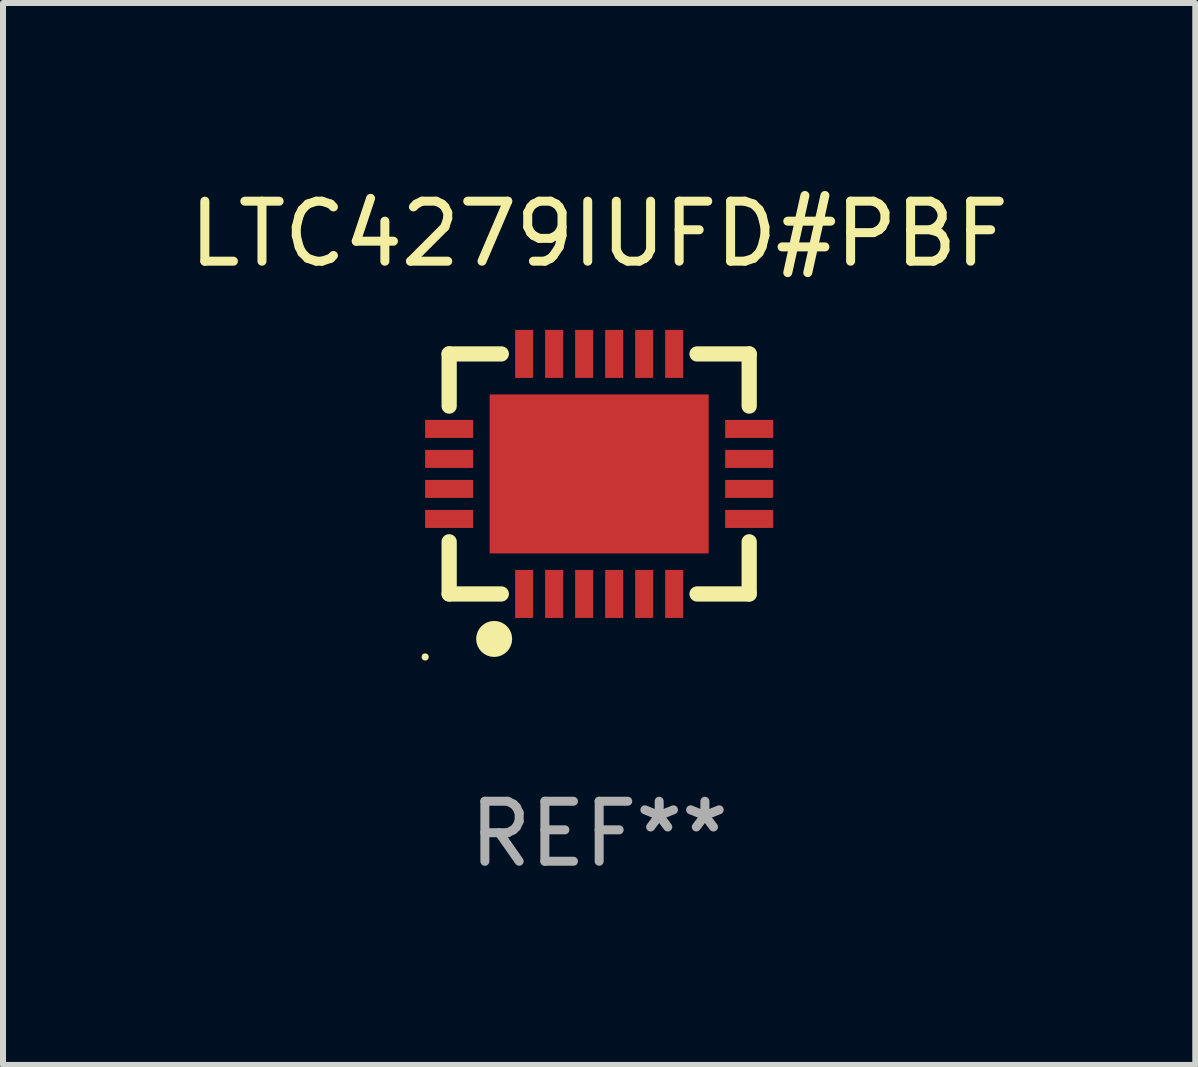
<source format=kicad_pcb>
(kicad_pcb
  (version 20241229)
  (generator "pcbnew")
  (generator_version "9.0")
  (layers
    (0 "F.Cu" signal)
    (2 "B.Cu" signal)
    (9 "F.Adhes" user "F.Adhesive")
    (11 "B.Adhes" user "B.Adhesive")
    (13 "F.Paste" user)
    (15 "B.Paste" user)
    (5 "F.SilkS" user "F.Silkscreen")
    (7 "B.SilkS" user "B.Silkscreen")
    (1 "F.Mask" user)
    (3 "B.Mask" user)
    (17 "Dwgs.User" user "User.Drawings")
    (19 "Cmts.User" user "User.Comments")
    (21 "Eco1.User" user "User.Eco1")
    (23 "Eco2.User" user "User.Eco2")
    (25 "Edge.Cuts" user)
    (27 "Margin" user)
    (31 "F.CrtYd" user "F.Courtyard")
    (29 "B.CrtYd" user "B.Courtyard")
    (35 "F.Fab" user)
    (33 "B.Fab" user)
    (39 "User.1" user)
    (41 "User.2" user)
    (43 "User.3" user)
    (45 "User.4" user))
  (footprint "LTC4279IUFD#PBF"
    (layer "F.Cu")
    (at 6.935 4.848)
    (property "Reference" "LTC4279IUFD#PBF" (at 0 -4 0) (layer "F.SilkS") (effects (font (size 1 1) (thickness 0.15))))
    (attr through_hole)
    (fp_line (start -2.5 -2) (end -1.631 -2) (stroke (width 0.254) (type solid)) (layer "F.SilkS"))
    (fp_line (start -2.5 -1.131) (end -2.5 -2) (stroke (width 0.254) (type solid)) (layer "F.SilkS"))
    (fp_line (start -2.5 2) (end -2.5 1.131) (stroke (width 0.254) (type solid)) (layer "F.SilkS"))
    (fp_line (start -1.631 2) (end -2.5 2) (stroke (width 0.254) (type solid)) (layer "F.SilkS"))
    (fp_line (start 1.631 -2) (end 2.5 -2) (stroke (width 0.254) (type solid)) (layer "F.SilkS"))
    (fp_line (start 2.5 -2) (end 2.5 -1.131) (stroke (width 0.254) (type solid)) (layer "F.SilkS"))
    (fp_line (start 2.5 1.131) (end 2.5 2) (stroke (width 0.254) (type solid)) (layer "F.SilkS"))
    (fp_line (start 2.5 2) (end 1.631 2) (stroke (width 0.254) (type solid)) (layer "F.SilkS"))
    (fp_circle (center -2.9 3.05) (end -2.87 3.05) (stroke (width 0.06) (type solid)) (fill no) (layer "F.SilkS"))
    (fp_circle (center -1.75 2.75) (end -1.6 2.75) (stroke (width 0.3) (type solid)) (fill no) (layer "F.SilkS"))
    (fp_text user "REF**" (at 0 6 0) (layer "F.Fab") (effects (font (size 1 1) (thickness 0.15))))
    (pad "1" smd rect (at -1.25 2 90) (size 0.8 0.3) (layers "F.Cu" "F.Mask" "F.Paste"))
    (pad "2" smd rect (at -0.75 2 90) (size 0.8 0.3) (layers "F.Cu" "F.Mask" "F.Paste"))
    (pad "3" smd rect (at -0.25 2 90) (size 0.8 0.3) (layers "F.Cu" "F.Mask" "F.Paste"))
    (pad "4" smd rect (at 0.25 2 90) (size 0.8 0.3) (layers "F.Cu" "F.Mask" "F.Paste"))
    (pad "5" smd rect (at 0.75 2 90) (size 0.8 0.3) (layers "F.Cu" "F.Mask" "F.Paste"))
    (pad "6" smd rect (at 1.25 2 90) (size 0.8 0.3) (layers "F.Cu" "F.Mask" "F.Paste"))
    (pad "7" smd rect (at 2.5 0.75 180) (size 0.8 0.3) (layers "F.Cu" "F.Mask" "F.Paste"))
    (pad "8" smd rect (at 2.5 0.25 180) (size 0.8 0.3) (layers "F.Cu" "F.Mask" "F.Paste"))
    (pad "9" smd rect (at 2.5 -0.25 180) (size 0.8 0.3) (layers "F.Cu" "F.Mask" "F.Paste"))
    (pad "10" smd rect (at 2.5 -0.75 180) (size 0.8 0.3) (layers "F.Cu" "F.Mask" "F.Paste"))
    (pad "11" smd rect (at 1.25 -2 270) (size 0.8 0.3) (layers "F.Cu" "F.Mask" "F.Paste"))
    (pad "12" smd rect (at 0.75 -2 270) (size 0.8 0.3) (layers "F.Cu" "F.Mask" "F.Paste"))
    (pad "13" smd rect (at 0.25 -2 270) (size 0.8 0.3) (layers "F.Cu" "F.Mask" "F.Paste"))
    (pad "14" smd rect (at -0.25 -2 270) (size 0.8 0.3) (layers "F.Cu" "F.Mask" "F.Paste"))
    (pad "15" smd rect (at -0.75 -2 270) (size 0.8 0.3) (layers "F.Cu" "F.Mask" "F.Paste"))
    (pad "16" smd rect (at -1.25 -2 270) (size 0.8 0.3) (layers "F.Cu" "F.Mask" "F.Paste"))
    (pad "17" smd rect (at -2.5 -0.75) (size 0.8 0.3) (layers "F.Cu" "F.Mask" "F.Paste"))
    (pad "18" smd rect (at -2.5 -0.25) (size 0.8 0.3) (layers "F.Cu" "F.Mask" "F.Paste"))
    (pad "19" smd rect (at -2.5 0.25) (size 0.8 0.3) (layers "F.Cu" "F.Mask" "F.Paste"))
    (pad "20" smd rect (at -2.5 0.75) (size 0.8 0.3) (layers "F.Cu" "F.Mask" "F.Paste"))
    (pad "21" smd rect (at 0 0) (size 3.65 2.65) (layers "F.Cu" "F.Mask" "F.Paste")))
  (gr_rect
    (start -3 -3)
    (end 16.869 14.697)
    (stroke (width 0.1) (type default))
    (fill no)
    (layer "Edge.Cuts")))
</source>
